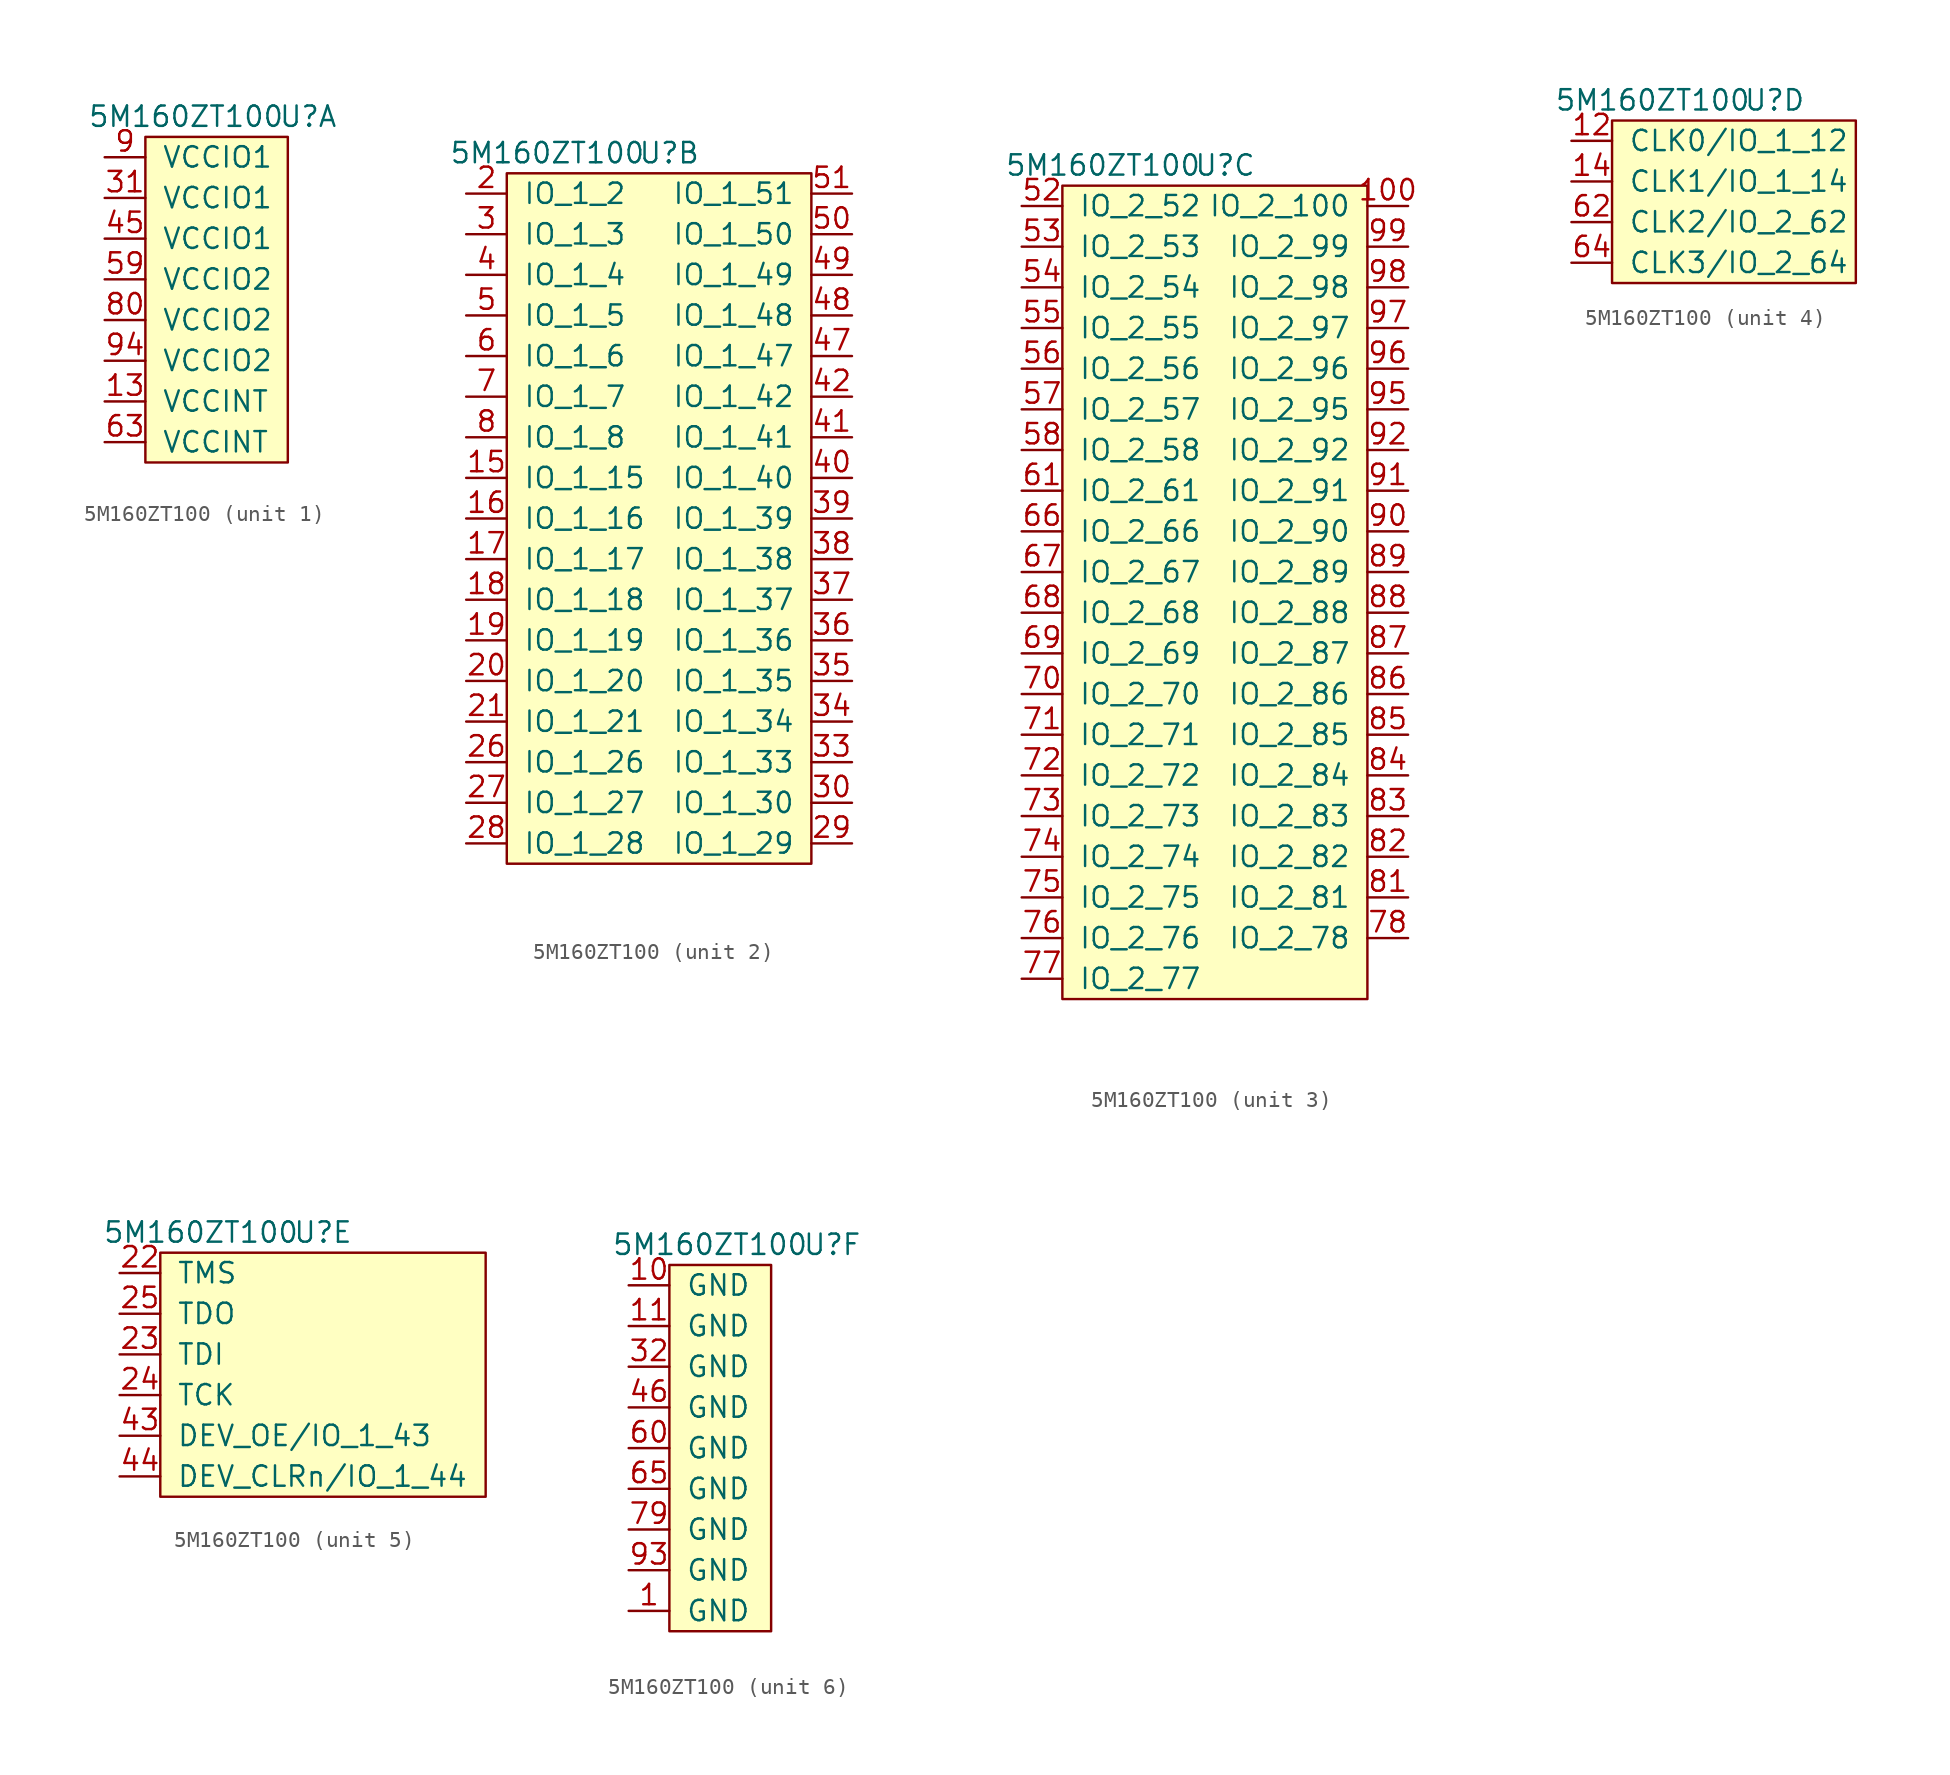
<source format=kicad_sym>
(kicad_symbol_lib
  (version 20211014)
  (generator kicad_symbol_editor)
  (symbol "5M160ZT100"
    (pin_names
      (offset 1.016))
    (property "Reference" "U"
      (at 12.7 1.27 0)
      (effects (font (size 1.27 1.27))))
    (property "Value" "5M160ZT100"
      (at 5.08 1.27 0)
      (effects (font (size 1.27 1.27))))
    (property "ki_locked" ""
      (at 0 0 0)
      (effects (font (size 1.27 1.27))))
    (symbol "5M160ZT100_1_1"
      (rectangle (start 2.54 0) (end 11.43 -20.32) (stroke (width 0) (type default) (color 0 0 0 0)) (fill (type background)))
      (pin power_in line (at 0 -16.51 0) (length 2.54) (name "VCCINT" (effects (font (size 1.27 1.27)))) (number "13" (effects (font (size 1.27 1.27)))))
      (pin power_in line (at 0 -3.81 0) (length 2.54) (name "VCCIO1" (effects (font (size 1.27 1.27)))) (number "31" (effects (font (size 1.27 1.27)))))
      (pin power_in line (at 0 -6.35 0) (length 2.54) (name "VCCIO1" (effects (font (size 1.27 1.27)))) (number "45" (effects (font (size 1.27 1.27)))))
      (pin power_in line (at 0 -8.89 0) (length 2.54) (name "VCCIO2" (effects (font (size 1.27 1.27)))) (number "59" (effects (font (size 1.27 1.27)))))
      (pin power_in line (at 0 -19.05 0) (length 2.54) (name "VCCINT" (effects (font (size 1.27 1.27)))) (number "63" (effects (font (size 1.27 1.27)))))
      (pin power_in line (at 0 -11.43 0) (length 2.54) (name "VCCIO2" (effects (font (size 1.27 1.27)))) (number "80" (effects (font (size 1.27 1.27)))))
      (pin power_in line (at 0 -1.27 0) (length 2.54) (name "VCCIO1" (effects (font (size 1.27 1.27)))) (number "9" (effects (font (size 1.27 1.27)))))
      (pin power_in line (at 0 -13.97 0) (length 2.54) (name "VCCIO2" (effects (font (size 1.27 1.27)))) (number "94" (effects (font (size 1.27 1.27))))))
    (symbol "5M160ZT100_2_1"
      (rectangle (start 2.54 0) (end 21.59 -43.18) (stroke (width 0) (type default) (color 0 0 0 0)) (fill (type background)))
      (pin bidirectional line (at 0 -19.05 0) (length 2.54) (name "IO_1_15" (effects (font (size 1.27 1.27)))) (number "15" (effects (font (size 1.27 1.27)))))
      (pin bidirectional line (at 0 -21.59 0) (length 2.54) (name "IO_1_16" (effects (font (size 1.27 1.27)))) (number "16" (effects (font (size 1.27 1.27)))))
      (pin bidirectional line (at 0 -24.13 0) (length 2.54) (name "IO_1_17" (effects (font (size 1.27 1.27)))) (number "17" (effects (font (size 1.27 1.27)))))
      (pin bidirectional line (at 0 -26.67 0) (length 2.54) (name "IO_1_18" (effects (font (size 1.27 1.27)))) (number "18" (effects (font (size 1.27 1.27)))))
      (pin bidirectional line (at 0 -29.21 0) (length 2.54) (name "IO_1_19" (effects (font (size 1.27 1.27)))) (number "19" (effects (font (size 1.27 1.27)))))
      (pin bidirectional line (at 0 -1.27 0) (length 2.54) (name "IO_1_2" (effects (font (size 1.27 1.27)))) (number "2" (effects (font (size 1.27 1.27)))))
      (pin bidirectional line (at 0 -31.75 0) (length 2.54) (name "IO_1_20" (effects (font (size 1.27 1.27)))) (number "20" (effects (font (size 1.27 1.27)))))
      (pin bidirectional line (at 0 -34.29 0) (length 2.54) (name "IO_1_21" (effects (font (size 1.27 1.27)))) (number "21" (effects (font (size 1.27 1.27)))))
      (pin bidirectional line (at 0 -36.83 0) (length 2.54) (name "IO_1_26" (effects (font (size 1.27 1.27)))) (number "26" (effects (font (size 1.27 1.27)))))
      (pin bidirectional line (at 0 -39.37 0) (length 2.54) (name "IO_1_27" (effects (font (size 1.27 1.27)))) (number "27" (effects (font (size 1.27 1.27)))))
      (pin bidirectional line (at 0 -41.91 0) (length 2.54) (name "IO_1_28" (effects (font (size 1.27 1.27)))) (number "28" (effects (font (size 1.27 1.27)))))
      (pin bidirectional line (at 24.13 -41.91 180) (length 2.54) (name "IO_1_29" (effects (font (size 1.27 1.27)))) (number "29" (effects (font (size 1.27 1.27)))))
      (pin bidirectional line (at 0 -3.81 0) (length 2.54) (name "IO_1_3" (effects (font (size 1.27 1.27)))) (number "3" (effects (font (size 1.27 1.27)))))
      (pin bidirectional line (at 24.13 -39.37 180) (length 2.54) (name "IO_1_30" (effects (font (size 1.27 1.27)))) (number "30" (effects (font (size 1.27 1.27)))))
      (pin bidirectional line (at 24.13 -36.83 180) (length 2.54) (name "IO_1_33" (effects (font (size 1.27 1.27)))) (number "33" (effects (font (size 1.27 1.27)))))
      (pin bidirectional line (at 24.13 -34.29 180) (length 2.54) (name "IO_1_34" (effects (font (size 1.27 1.27)))) (number "34" (effects (font (size 1.27 1.27)))))
      (pin bidirectional line (at 24.13 -31.75 180) (length 2.54) (name "IO_1_35" (effects (font (size 1.27 1.27)))) (number "35" (effects (font (size 1.27 1.27)))))
      (pin bidirectional line (at 24.13 -29.21 180) (length 2.54) (name "IO_1_36" (effects (font (size 1.27 1.27)))) (number "36" (effects (font (size 1.27 1.27)))))
      (pin bidirectional line (at 24.13 -26.67 180) (length 2.54) (name "IO_1_37" (effects (font (size 1.27 1.27)))) (number "37" (effects (font (size 1.27 1.27)))))
      (pin bidirectional line (at 24.13 -24.13 180) (length 2.54) (name "IO_1_38" (effects (font (size 1.27 1.27)))) (number "38" (effects (font (size 1.27 1.27)))))
      (pin bidirectional line (at 24.13 -21.59 180) (length 2.54) (name "IO_1_39" (effects (font (size 1.27 1.27)))) (number "39" (effects (font (size 1.27 1.27)))))
      (pin bidirectional line (at 0 -6.35 0) (length 2.54) (name "IO_1_4" (effects (font (size 1.27 1.27)))) (number "4" (effects (font (size 1.27 1.27)))))
      (pin bidirectional line (at 24.13 -19.05 180) (length 2.54) (name "IO_1_40" (effects (font (size 1.27 1.27)))) (number "40" (effects (font (size 1.27 1.27)))))
      (pin bidirectional line (at 24.13 -16.51 180) (length 2.54) (name "IO_1_41" (effects (font (size 1.27 1.27)))) (number "41" (effects (font (size 1.27 1.27)))))
      (pin bidirectional line (at 24.13 -13.97 180) (length 2.54) (name "IO_1_42" (effects (font (size 1.27 1.27)))) (number "42" (effects (font (size 1.27 1.27)))))
      (pin bidirectional line (at 24.13 -11.43 180) (length 2.54) (name "IO_1_47" (effects (font (size 1.27 1.27)))) (number "47" (effects (font (size 1.27 1.27)))))
      (pin bidirectional line (at 24.13 -8.89 180) (length 2.54) (name "IO_1_48" (effects (font (size 1.27 1.27)))) (number "48" (effects (font (size 1.27 1.27)))))
      (pin bidirectional line (at 24.13 -6.35 180) (length 2.54) (name "IO_1_49" (effects (font (size 1.27 1.27)))) (number "49" (effects (font (size 1.27 1.27)))))
      (pin bidirectional line (at 0 -8.89 0) (length 2.54) (name "IO_1_5" (effects (font (size 1.27 1.27)))) (number "5" (effects (font (size 1.27 1.27)))))
      (pin bidirectional line (at 24.13 -3.81 180) (length 2.54) (name "IO_1_50" (effects (font (size 1.27 1.27)))) (number "50" (effects (font (size 1.27 1.27)))))
      (pin bidirectional line (at 24.13 -1.27 180) (length 2.54) (name "IO_1_51" (effects (font (size 1.27 1.27)))) (number "51" (effects (font (size 1.27 1.27)))))
      (pin bidirectional line (at 0 -11.43 0) (length 2.54) (name "IO_1_6" (effects (font (size 1.27 1.27)))) (number "6" (effects (font (size 1.27 1.27)))))
      (pin bidirectional line (at 0 -13.97 0) (length 2.54) (name "IO_1_7" (effects (font (size 1.27 1.27)))) (number "7" (effects (font (size 1.27 1.27)))))
      (pin bidirectional line (at 0 -16.51 0) (length 2.54) (name "IO_1_8" (effects (font (size 1.27 1.27)))) (number "8" (effects (font (size 1.27 1.27))))))
    (symbol "5M160ZT100_3_1"
      (rectangle (start 2.54 0) (end 21.59 -50.8) (stroke (width 0) (type default) (color 0 0 0 0)) (fill (type background)))
      (pin bidirectional line (at 24.13 -1.27 180) (length 2.54) (name "IO_2_100" (effects (font (size 1.27 1.27)))) (number "100" (effects (font (size 1.27 1.27)))))
      (pin bidirectional line (at 0 -1.27 0) (length 2.54) (name "IO_2_52" (effects (font (size 1.27 1.27)))) (number "52" (effects (font (size 1.27 1.27)))))
      (pin bidirectional line (at 0 -3.81 0) (length 2.54) (name "IO_2_53" (effects (font (size 1.27 1.27)))) (number "53" (effects (font (size 1.27 1.27)))))
      (pin bidirectional line (at 0 -6.35 0) (length 2.54) (name "IO_2_54" (effects (font (size 1.27 1.27)))) (number "54" (effects (font (size 1.27 1.27)))))
      (pin bidirectional line (at 0 -8.89 0) (length 2.54) (name "IO_2_55" (effects (font (size 1.27 1.27)))) (number "55" (effects (font (size 1.27 1.27)))))
      (pin bidirectional line (at 0 -11.43 0) (length 2.54) (name "IO_2_56" (effects (font (size 1.27 1.27)))) (number "56" (effects (font (size 1.27 1.27)))))
      (pin bidirectional line (at 0 -13.97 0) (length 2.54) (name "IO_2_57" (effects (font (size 1.27 1.27)))) (number "57" (effects (font (size 1.27 1.27)))))
      (pin bidirectional line (at 0 -16.51 0) (length 2.54) (name "IO_2_58" (effects (font (size 1.27 1.27)))) (number "58" (effects (font (size 1.27 1.27)))))
      (pin bidirectional line (at 0 -19.05 0) (length 2.54) (name "IO_2_61" (effects (font (size 1.27 1.27)))) (number "61" (effects (font (size 1.27 1.27)))))
      (pin bidirectional line (at 0 -21.59 0) (length 2.54) (name "IO_2_66" (effects (font (size 1.27 1.27)))) (number "66" (effects (font (size 1.27 1.27)))))
      (pin bidirectional line (at 0 -24.13 0) (length 2.54) (name "IO_2_67" (effects (font (size 1.27 1.27)))) (number "67" (effects (font (size 1.27 1.27)))))
      (pin bidirectional line (at 0 -26.67 0) (length 2.54) (name "IO_2_68" (effects (font (size 1.27 1.27)))) (number "68" (effects (font (size 1.27 1.27)))))
      (pin bidirectional line (at 0 -29.21 0) (length 2.54) (name "IO_2_69" (effects (font (size 1.27 1.27)))) (number "69" (effects (font (size 1.27 1.27)))))
      (pin bidirectional line (at 0 -31.75 0) (length 2.54) (name "IO_2_70" (effects (font (size 1.27 1.27)))) (number "70" (effects (font (size 1.27 1.27)))))
      (pin bidirectional line (at 0 -34.29 0) (length 2.54) (name "IO_2_71" (effects (font (size 1.27 1.27)))) (number "71" (effects (font (size 1.27 1.27)))))
      (pin bidirectional line (at 0 -36.83 0) (length 2.54) (name "IO_2_72" (effects (font (size 1.27 1.27)))) (number "72" (effects (font (size 1.27 1.27)))))
      (pin bidirectional line (at 0 -39.37 0) (length 2.54) (name "IO_2_73" (effects (font (size 1.27 1.27)))) (number "73" (effects (font (size 1.27 1.27)))))
      (pin bidirectional line (at 0 -41.91 0) (length 2.54) (name "IO_2_74" (effects (font (size 1.27 1.27)))) (number "74" (effects (font (size 1.27 1.27)))))
      (pin bidirectional line (at 0 -44.45 0) (length 2.54) (name "IO_2_75" (effects (font (size 1.27 1.27)))) (number "75" (effects (font (size 1.27 1.27)))))
      (pin bidirectional line (at 0 -46.99 0) (length 2.54) (name "IO_2_76" (effects (font (size 1.27 1.27)))) (number "76" (effects (font (size 1.27 1.27)))))
      (pin bidirectional line (at 0 -49.53 0) (length 2.54) (name "IO_2_77" (effects (font (size 1.27 1.27)))) (number "77" (effects (font (size 1.27 1.27)))))
      (pin bidirectional line (at 24.13 -46.99 180) (length 2.54) (name "IO_2_78" (effects (font (size 1.27 1.27)))) (number "78" (effects (font (size 1.27 1.27)))))
      (pin bidirectional line (at 24.13 -44.45 180) (length 2.54) (name "IO_2_81" (effects (font (size 1.27 1.27)))) (number "81" (effects (font (size 1.27 1.27)))))
      (pin bidirectional line (at 24.13 -41.91 180) (length 2.54) (name "IO_2_82" (effects (font (size 1.27 1.27)))) (number "82" (effects (font (size 1.27 1.27)))))
      (pin bidirectional line (at 24.13 -39.37 180) (length 2.54) (name "IO_2_83" (effects (font (size 1.27 1.27)))) (number "83" (effects (font (size 1.27 1.27)))))
      (pin bidirectional line (at 24.13 -36.83 180) (length 2.54) (name "IO_2_84" (effects (font (size 1.27 1.27)))) (number "84" (effects (font (size 1.27 1.27)))))
      (pin bidirectional line (at 24.13 -34.29 180) (length 2.54) (name "IO_2_85" (effects (font (size 1.27 1.27)))) (number "85" (effects (font (size 1.27 1.27)))))
      (pin bidirectional line (at 24.13 -31.75 180) (length 2.54) (name "IO_2_86" (effects (font (size 1.27 1.27)))) (number "86" (effects (font (size 1.27 1.27)))))
      (pin bidirectional line (at 24.13 -29.21 180) (length 2.54) (name "IO_2_87" (effects (font (size 1.27 1.27)))) (number "87" (effects (font (size 1.27 1.27)))))
      (pin bidirectional line (at 24.13 -26.67 180) (length 2.54) (name "IO_2_88" (effects (font (size 1.27 1.27)))) (number "88" (effects (font (size 1.27 1.27)))))
      (pin bidirectional line (at 24.13 -24.13 180) (length 2.54) (name "IO_2_89" (effects (font (size 1.27 1.27)))) (number "89" (effects (font (size 1.27 1.27)))))
      (pin bidirectional line (at 24.13 -21.59 180) (length 2.54) (name "IO_2_90" (effects (font (size 1.27 1.27)))) (number "90" (effects (font (size 1.27 1.27)))))
      (pin bidirectional line (at 24.13 -19.05 180) (length 2.54) (name "IO_2_91" (effects (font (size 1.27 1.27)))) (number "91" (effects (font (size 1.27 1.27)))))
      (pin bidirectional line (at 24.13 -16.51 180) (length 2.54) (name "IO_2_92" (effects (font (size 1.27 1.27)))) (number "92" (effects (font (size 1.27 1.27)))))
      (pin bidirectional line (at 24.13 -13.97 180) (length 2.54) (name "IO_2_95" (effects (font (size 1.27 1.27)))) (number "95" (effects (font (size 1.27 1.27)))))
      (pin bidirectional line (at 24.13 -11.43 180) (length 2.54) (name "IO_2_96" (effects (font (size 1.27 1.27)))) (number "96" (effects (font (size 1.27 1.27)))))
      (pin bidirectional line (at 24.13 -8.89 180) (length 2.54) (name "IO_2_97" (effects (font (size 1.27 1.27)))) (number "97" (effects (font (size 1.27 1.27)))))
      (pin bidirectional line (at 24.13 -6.35 180) (length 2.54) (name "IO_2_98" (effects (font (size 1.27 1.27)))) (number "98" (effects (font (size 1.27 1.27)))))
      (pin bidirectional line (at 24.13 -3.81 180) (length 2.54) (name "IO_2_99" (effects (font (size 1.27 1.27)))) (number "99" (effects (font (size 1.27 1.27))))))
    (symbol "5M160ZT100_4_1"
      (rectangle (start 2.54 0) (end 17.78 -10.16) (stroke (width 0) (type default) (color 0 0 0 0)) (fill (type background)))
      (pin bidirectional line (at 0 -1.27 0) (length 2.54) (name "CLK0/IO_1_12" (effects (font (size 1.27 1.27)))) (number "12" (effects (font (size 1.27 1.27)))))
      (pin bidirectional line (at 0 -3.81 0) (length 2.54) (name "CLK1/IO_1_14" (effects (font (size 1.27 1.27)))) (number "14" (effects (font (size 1.27 1.27)))))
      (pin bidirectional line (at 0 -6.35 0) (length 2.54) (name "CLK2/IO_2_62" (effects (font (size 1.27 1.27)))) (number "62" (effects (font (size 1.27 1.27)))))
      (pin bidirectional line (at 0 -8.89 0) (length 2.54) (name "CLK3/IO_2_64" (effects (font (size 1.27 1.27)))) (number "64" (effects (font (size 1.27 1.27))))))
    (symbol "5M160ZT100_5_1"
      (rectangle (start 2.54 0) (end 22.86 -15.24) (stroke (width 0) (type default) (color 0 0 0 0)) (fill (type background)))
      (pin input line (at 0 -1.27 0) (length 2.54) (name "TMS" (effects (font (size 1.27 1.27)))) (number "22" (effects (font (size 1.27 1.27)))))
      (pin input line (at 0 -6.35 0) (length 2.54) (name "TDI" (effects (font (size 1.27 1.27)))) (number "23" (effects (font (size 1.27 1.27)))))
      (pin input line (at 0 -8.89 0) (length 2.54) (name "TCK" (effects (font (size 1.27 1.27)))) (number "24" (effects (font (size 1.27 1.27)))))
      (pin output line (at 0 -3.81 0) (length 2.54) (name "TDO" (effects (font (size 1.27 1.27)))) (number "25" (effects (font (size 1.27 1.27)))))
      (pin bidirectional line (at 0 -11.43 0) (length 2.54) (name "DEV_OE/IO_1_43" (effects (font (size 1.27 1.27)))) (number "43" (effects (font (size 1.27 1.27)))))
      (pin bidirectional line (at 0 -13.97 0) (length 2.54) (name "DEV_CLRn/IO_1_44" (effects (font (size 1.27 1.27)))) (number "44" (effects (font (size 1.27 1.27))))))
    (symbol "5M160ZT100_6_1"
      (rectangle (start 2.54 0) (end 8.89 -22.86) (stroke (width 0) (type default) (color 0 0 0 0)) (fill (type background)))
      (pin power_in line (at 0 -21.59 0) (length 2.54) (name "GND" (effects (font (size 1.27 1.27)))) (number "1" (effects (font (size 1.27 1.27)))))
      (pin power_in line (at 0 -1.27 0) (length 2.54) (name "GND" (effects (font (size 1.27 1.27)))) (number "10" (effects (font (size 1.27 1.27)))))
      (pin power_in line (at 0 -3.81 0) (length 2.54) (name "GND" (effects (font (size 1.27 1.27)))) (number "11" (effects (font (size 1.27 1.27)))))
      (pin power_in line (at 0 -6.35 0) (length 2.54) (name "GND" (effects (font (size 1.27 1.27)))) (number "32" (effects (font (size 1.27 1.27)))))
      (pin power_in line (at 0 -8.89 0) (length 2.54) (name "GND" (effects (font (size 1.27 1.27)))) (number "46" (effects (font (size 1.27 1.27)))))
      (pin power_in line (at 0 -11.43 0) (length 2.54) (name "GND" (effects (font (size 1.27 1.27)))) (number "60" (effects (font (size 1.27 1.27)))))
      (pin power_in line (at 0 -13.97 0) (length 2.54) (name "GND" (effects (font (size 1.27 1.27)))) (number "65" (effects (font (size 1.27 1.27)))))
      (pin power_in line (at 0 -16.51 0) (length 2.54) (name "GND" (effects (font (size 1.27 1.27)))) (number "79" (effects (font (size 1.27 1.27)))))
      (pin power_in line (at 0 -19.05 0) (length 2.54) (name "GND" (effects (font (size 1.27 1.27)))) (number "93" (effects (font (size 1.27 1.27))))))))
</source>
